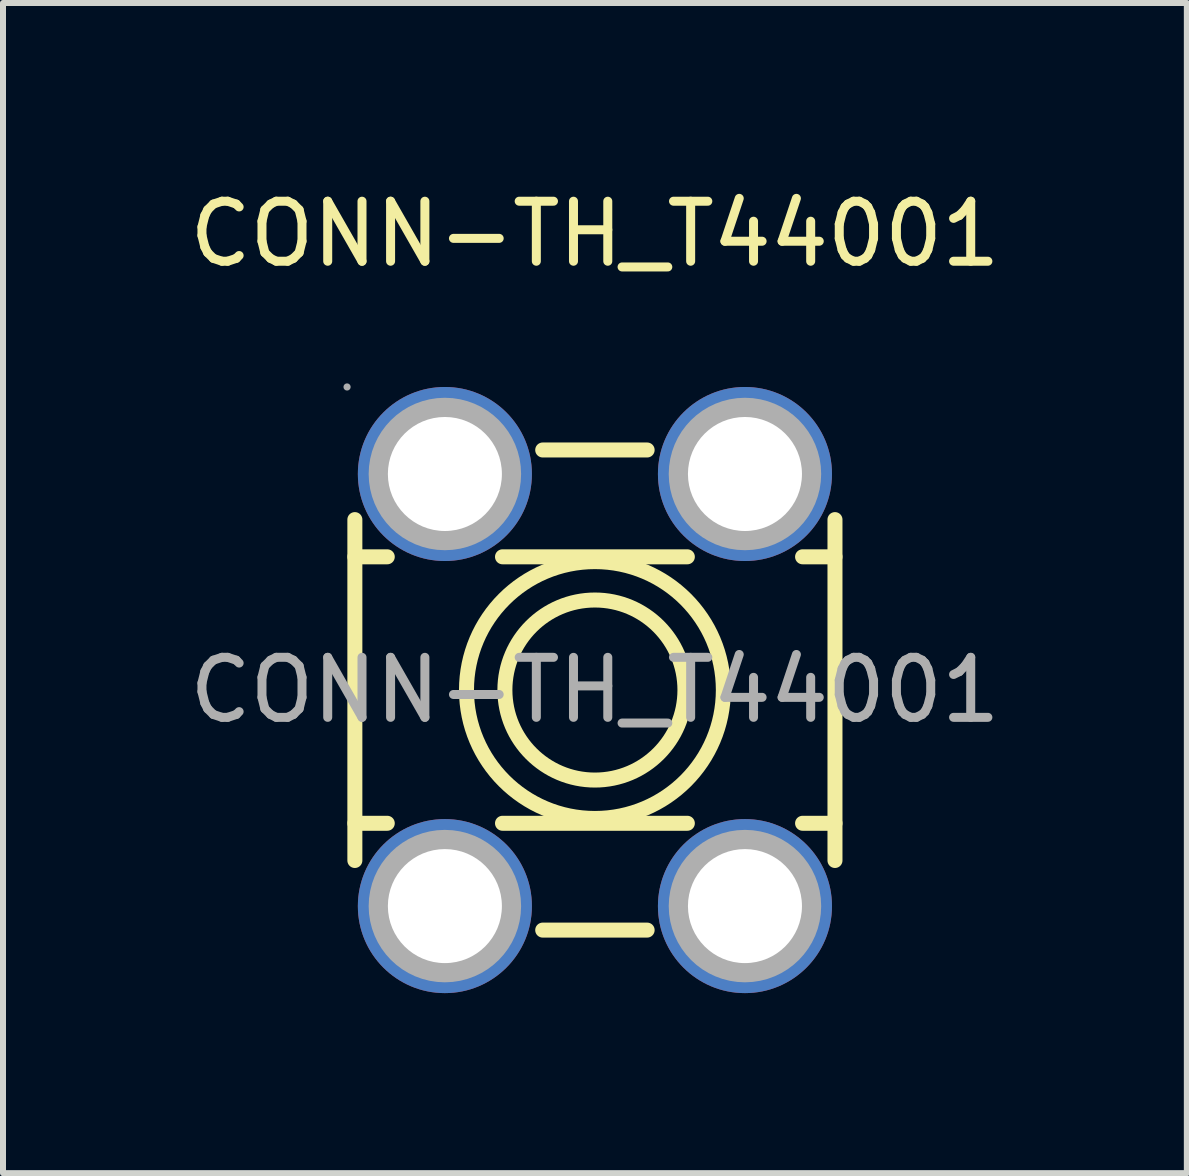
<source format=kicad_pcb>
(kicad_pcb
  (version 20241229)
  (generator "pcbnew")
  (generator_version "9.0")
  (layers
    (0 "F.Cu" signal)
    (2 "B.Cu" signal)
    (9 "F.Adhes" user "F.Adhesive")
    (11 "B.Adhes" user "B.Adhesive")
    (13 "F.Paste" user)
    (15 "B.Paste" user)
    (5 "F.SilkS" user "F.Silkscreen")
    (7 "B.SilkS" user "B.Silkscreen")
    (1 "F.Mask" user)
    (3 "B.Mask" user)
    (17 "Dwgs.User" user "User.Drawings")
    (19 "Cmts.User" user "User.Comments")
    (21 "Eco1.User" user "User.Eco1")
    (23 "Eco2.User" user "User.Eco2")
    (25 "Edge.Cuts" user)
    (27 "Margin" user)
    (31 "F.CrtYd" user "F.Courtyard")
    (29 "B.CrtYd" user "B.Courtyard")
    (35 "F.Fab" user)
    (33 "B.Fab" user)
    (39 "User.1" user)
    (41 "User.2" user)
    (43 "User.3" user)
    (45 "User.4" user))
  (footprint "CONN-TH_T44001"
    (layer "F.Cu")
    (at 6.863 8.448)
    (property "Reference" "CONN-TH_T44001" (at 0 -7.6 0) (layer "F.SilkS") (effects (font (size 1 1) (thickness 0.15))))
    (attr through_hole)
    (fp_line (start -4 -2.22) (end -3.46 -2.22) (stroke (width 0.25) (type solid)) (layer "F.SilkS"))
    (fp_line (start -4 2.22) (end -3.46 2.22) (stroke (width 0.25) (type solid)) (layer "F.SilkS"))
    (fp_line (start -4 2.84) (end -4 -2.84) (stroke (width 0.25) (type solid)) (layer "F.SilkS"))
    (fp_line (start -1.54 -2.22) (end 1.54 -2.22) (stroke (width 0.25) (type solid)) (layer "F.SilkS"))
    (fp_line (start -1.54 2.22) (end 1.54 2.22) (stroke (width 0.25) (type solid)) (layer "F.SilkS"))
    (fp_line (start -0.87 -4) (end 0.87 -4) (stroke (width 0.25) (type solid)) (layer "F.SilkS"))
    (fp_line (start 0.87 4) (end -0.87 4) (stroke (width 0.25) (type solid)) (layer "F.SilkS"))
    (fp_line (start 3.46 -2.22) (end 4 -2.22) (stroke (width 0.25) (type solid)) (layer "F.SilkS"))
    (fp_line (start 3.46 2.22) (end 4 2.22) (stroke (width 0.25) (type solid)) (layer "F.SilkS"))
    (fp_line (start 4 -2.84) (end 4 2.84) (stroke (width 0.25) (type solid)) (layer "F.SilkS"))
    (fp_circle (center 0 0) (end 1.5 0) (stroke (width 0.25) (type solid)) (fill no) (layer "F.SilkS"))
    (fp_circle (center 0 0) (end 2.14 0) (stroke (width 0.25) (type solid)) (fill no) (layer "F.SilkS"))
    (fp_circle (center -4.13 -5.05) (end -4.1 -5.05) (stroke (width 0.06) (type solid)) (fill no) (layer "F.Fab"))
    (fp_circle (center -2.5 -3.6) (end -2.08 -3.6) (stroke (width 0.85) (type solid)) (fill no) (layer "F.Fab"))
    (fp_circle (center -2.5 3.6) (end -2.08 3.6) (stroke (width 0.85) (type solid)) (fill no) (layer "F.Fab"))
    (fp_circle (center 2.5 -3.6) (end 2.92 -3.6) (stroke (width 0.85) (type solid)) (fill no) (layer "F.Fab"))
    (fp_circle (center 2.5 3.6) (end 2.92 3.6) (stroke (width 0.85) (type solid)) (fill no) (layer "F.Fab"))
    (fp_text user "${REFERENCE}" (at 0 0 0) (layer "F.Fab") (effects (font (size 1 1) (thickness 0.15))))
    (pad "1" thru_hole circle (at -2.5 -3.6) (size 2.9 2.9) (drill 1.9) (layers "*.Cu" "*.Mask"))
    (pad "1" thru_hole circle (at -2.5 3.6) (size 2.9 2.9) (drill 1.9) (layers "*.Cu" "*.Mask"))
    (pad "1" thru_hole circle (at 2.5 -3.6) (size 2.9 2.9) (drill 1.9) (layers "*.Cu" "*.Mask"))
    (pad "1" thru_hole circle (at 2.5 3.6) (size 2.9 2.9) (drill 1.9) (layers "*.Cu" "*.Mask")))
  (gr_rect
    (start -3 -3)
    (end 16.726 16.498)
    (stroke (width 0.1) (type default))
    (fill no)
    (layer "Edge.Cuts")))
</source>
